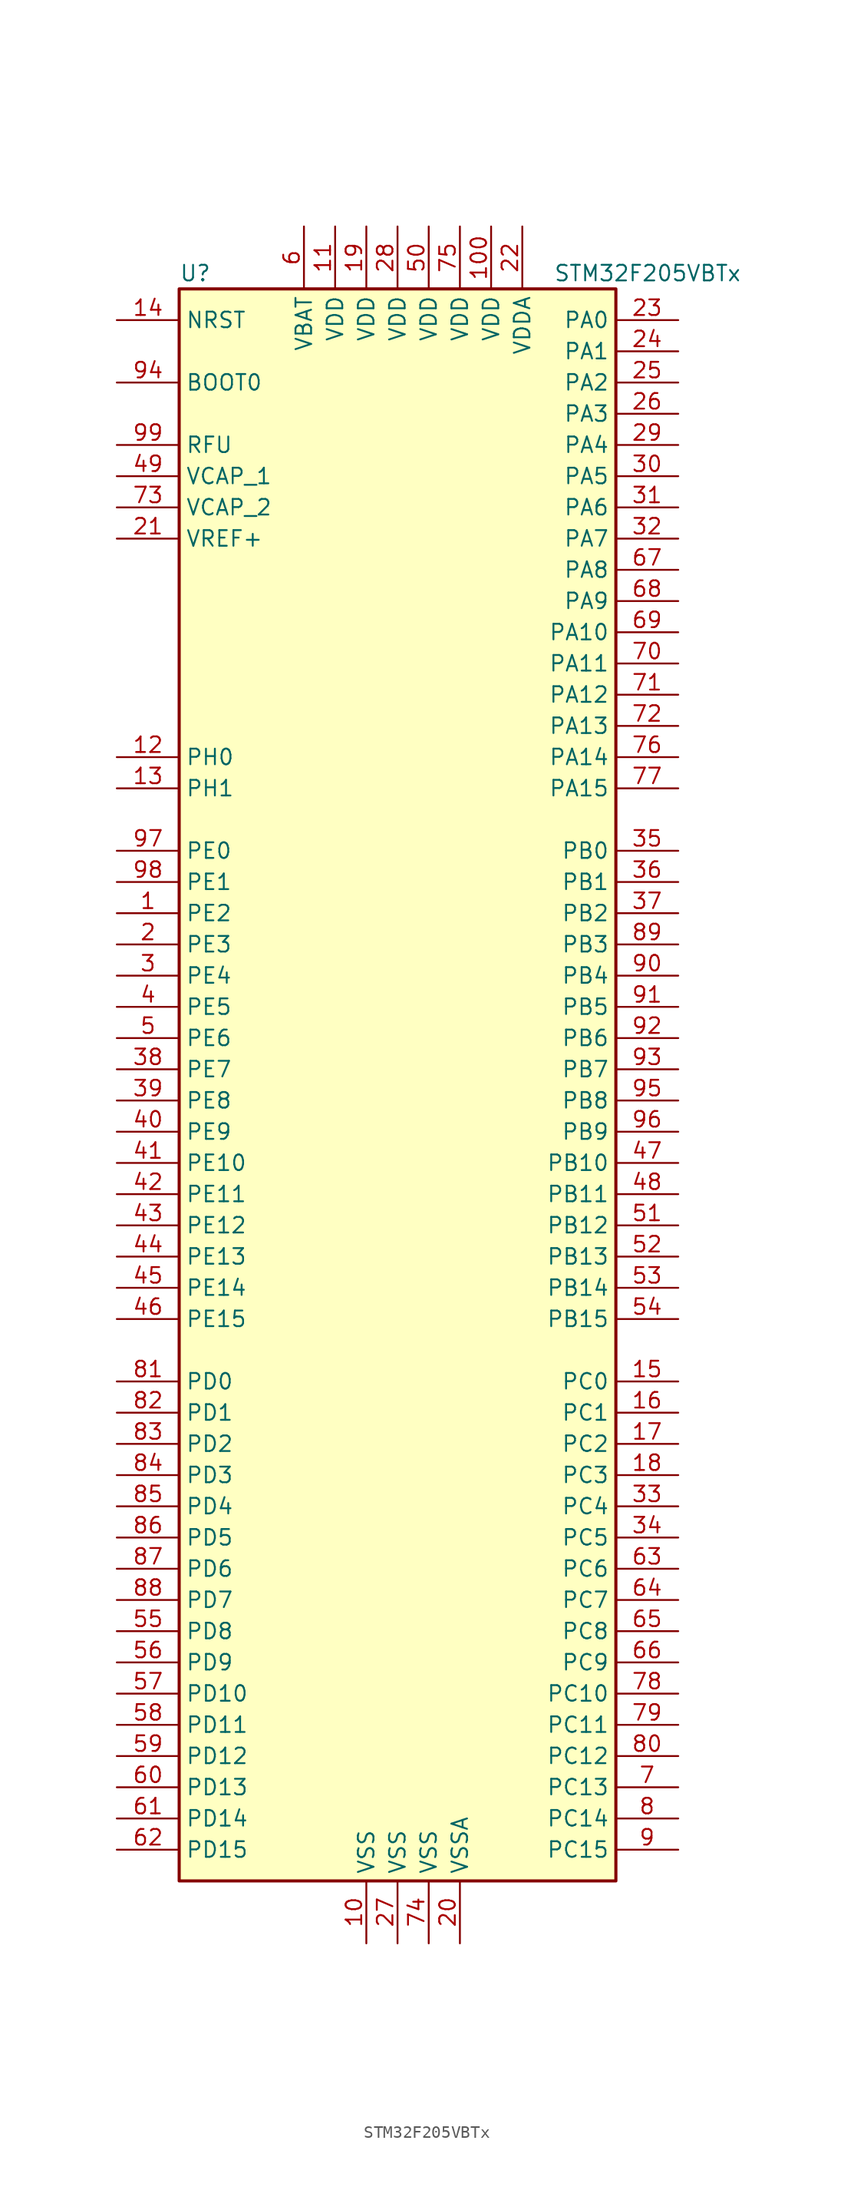
<source format=kicad_sym>
(kicad_symbol_lib
  (version 20201005)
  (generator kicad_symbol_editor)
  (symbol "MCU_ST_STM32F2:STM32F205VBTx"
    (property "Reference" "U"
      (at -17.78 64.77 0)
      (effects (font (size 1.27 1.27)) (justify left)))
    (property "Value" "STM32F205VBTx"
      (at 12.7 64.77 0)
      (effects (font (size 1.27 1.27)) (justify left)))
    (symbol "STM32F205VBTx_0_1"
      (rectangle (start -17.78 -66.04) (end 17.78 63.5) (stroke (width 0.254)) (fill (type background))))
    (symbol "STM32F205VBTx_1_1"
      (pin input line (at -22.86 55.88 0) (length 5.08) (name "BOOT0" (effects (font (size 1.27 1.27)))) (number "94" (effects (font (size 1.27 1.27)))))
      (pin input line (at -22.86 60.96 0) (length 5.08) (name "NRST" (effects (font (size 1.27 1.27)))) (number "14" (effects (font (size 1.27 1.27)))))
      (pin bidirectional line (at 22.86 60.96 180) (length 5.08) (name "PA0" (effects (font (size 1.27 1.27)))) (number "23" (effects (font (size 1.27 1.27)))))
      (pin bidirectional line (at 22.86 58.42 180) (length 5.08) (name "PA1" (effects (font (size 1.27 1.27)))) (number "24" (effects (font (size 1.27 1.27)))))
      (pin bidirectional line (at 22.86 35.56 180) (length 5.08) (name "PA10" (effects (font (size 1.27 1.27)))) (number "69" (effects (font (size 1.27 1.27)))))
      (pin bidirectional line (at 22.86 33.02 180) (length 5.08) (name "PA11" (effects (font (size 1.27 1.27)))) (number "70" (effects (font (size 1.27 1.27)))))
      (pin bidirectional line (at 22.86 30.48 180) (length 5.08) (name "PA12" (effects (font (size 1.27 1.27)))) (number "71" (effects (font (size 1.27 1.27)))))
      (pin bidirectional line (at 22.86 27.94 180) (length 5.08) (name "PA13" (effects (font (size 1.27 1.27)))) (number "72" (effects (font (size 1.27 1.27)))))
      (pin bidirectional line (at 22.86 25.4 180) (length 5.08) (name "PA14" (effects (font (size 1.27 1.27)))) (number "76" (effects (font (size 1.27 1.27)))))
      (pin bidirectional line (at 22.86 22.86 180) (length 5.08) (name "PA15" (effects (font (size 1.27 1.27)))) (number "77" (effects (font (size 1.27 1.27)))))
      (pin bidirectional line (at 22.86 55.88 180) (length 5.08) (name "PA2" (effects (font (size 1.27 1.27)))) (number "25" (effects (font (size 1.27 1.27)))))
      (pin bidirectional line (at 22.86 53.34 180) (length 5.08) (name "PA3" (effects (font (size 1.27 1.27)))) (number "26" (effects (font (size 1.27 1.27)))))
      (pin bidirectional line (at 22.86 50.8 180) (length 5.08) (name "PA4" (effects (font (size 1.27 1.27)))) (number "29" (effects (font (size 1.27 1.27)))))
      (pin bidirectional line (at 22.86 48.26 180) (length 5.08) (name "PA5" (effects (font (size 1.27 1.27)))) (number "30" (effects (font (size 1.27 1.27)))))
      (pin bidirectional line (at 22.86 45.72 180) (length 5.08) (name "PA6" (effects (font (size 1.27 1.27)))) (number "31" (effects (font (size 1.27 1.27)))))
      (pin bidirectional line (at 22.86 43.18 180) (length 5.08) (name "PA7" (effects (font (size 1.27 1.27)))) (number "32" (effects (font (size 1.27 1.27)))))
      (pin bidirectional line (at 22.86 40.64 180) (length 5.08) (name "PA8" (effects (font (size 1.27 1.27)))) (number "67" (effects (font (size 1.27 1.27)))))
      (pin bidirectional line (at 22.86 38.1 180) (length 5.08) (name "PA9" (effects (font (size 1.27 1.27)))) (number "68" (effects (font (size 1.27 1.27)))))
      (pin bidirectional line (at 22.86 17.78 180) (length 5.08) (name "PB0" (effects (font (size 1.27 1.27)))) (number "35" (effects (font (size 1.27 1.27)))))
      (pin bidirectional line (at 22.86 15.24 180) (length 5.08) (name "PB1" (effects (font (size 1.27 1.27)))) (number "36" (effects (font (size 1.27 1.27)))))
      (pin bidirectional line (at 22.86 -7.62 180) (length 5.08) (name "PB10" (effects (font (size 1.27 1.27)))) (number "47" (effects (font (size 1.27 1.27)))))
      (pin bidirectional line (at 22.86 -10.16 180) (length 5.08) (name "PB11" (effects (font (size 1.27 1.27)))) (number "48" (effects (font (size 1.27 1.27)))))
      (pin bidirectional line (at 22.86 -12.7 180) (length 5.08) (name "PB12" (effects (font (size 1.27 1.27)))) (number "51" (effects (font (size 1.27 1.27)))))
      (pin bidirectional line (at 22.86 -15.24 180) (length 5.08) (name "PB13" (effects (font (size 1.27 1.27)))) (number "52" (effects (font (size 1.27 1.27)))))
      (pin bidirectional line (at 22.86 -17.78 180) (length 5.08) (name "PB14" (effects (font (size 1.27 1.27)))) (number "53" (effects (font (size 1.27 1.27)))))
      (pin bidirectional line (at 22.86 -20.32 180) (length 5.08) (name "PB15" (effects (font (size 1.27 1.27)))) (number "54" (effects (font (size 1.27 1.27)))))
      (pin bidirectional line (at 22.86 12.7 180) (length 5.08) (name "PB2" (effects (font (size 1.27 1.27)))) (number "37" (effects (font (size 1.27 1.27)))))
      (pin bidirectional line (at 22.86 10.16 180) (length 5.08) (name "PB3" (effects (font (size 1.27 1.27)))) (number "89" (effects (font (size 1.27 1.27)))))
      (pin bidirectional line (at 22.86 7.62 180) (length 5.08) (name "PB4" (effects (font (size 1.27 1.27)))) (number "90" (effects (font (size 1.27 1.27)))))
      (pin bidirectional line (at 22.86 5.08 180) (length 5.08) (name "PB5" (effects (font (size 1.27 1.27)))) (number "91" (effects (font (size 1.27 1.27)))))
      (pin bidirectional line (at 22.86 2.54 180) (length 5.08) (name "PB6" (effects (font (size 1.27 1.27)))) (number "92" (effects (font (size 1.27 1.27)))))
      (pin bidirectional line (at 22.86 0 180) (length 5.08) (name "PB7" (effects (font (size 1.27 1.27)))) (number "93" (effects (font (size 1.27 1.27)))))
      (pin bidirectional line (at 22.86 -2.54 180) (length 5.08) (name "PB8" (effects (font (size 1.27 1.27)))) (number "95" (effects (font (size 1.27 1.27)))))
      (pin bidirectional line (at 22.86 -5.08 180) (length 5.08) (name "PB9" (effects (font (size 1.27 1.27)))) (number "96" (effects (font (size 1.27 1.27)))))
      (pin bidirectional line (at 22.86 -25.4 180) (length 5.08) (name "PC0" (effects (font (size 1.27 1.27)))) (number "15" (effects (font (size 1.27 1.27)))))
      (pin bidirectional line (at 22.86 -27.94 180) (length 5.08) (name "PC1" (effects (font (size 1.27 1.27)))) (number "16" (effects (font (size 1.27 1.27)))))
      (pin bidirectional line (at 22.86 -50.8 180) (length 5.08) (name "PC10" (effects (font (size 1.27 1.27)))) (number "78" (effects (font (size 1.27 1.27)))))
      (pin bidirectional line (at 22.86 -53.34 180) (length 5.08) (name "PC11" (effects (font (size 1.27 1.27)))) (number "79" (effects (font (size 1.27 1.27)))))
      (pin bidirectional line (at 22.86 -55.88 180) (length 5.08) (name "PC12" (effects (font (size 1.27 1.27)))) (number "80" (effects (font (size 1.27 1.27)))))
      (pin bidirectional line (at 22.86 -58.42 180) (length 5.08) (name "PC13" (effects (font (size 1.27 1.27)))) (number "7" (effects (font (size 1.27 1.27)))))
      (pin bidirectional line (at 22.86 -60.96 180) (length 5.08) (name "PC14" (effects (font (size 1.27 1.27)))) (number "8" (effects (font (size 1.27 1.27)))))
      (pin bidirectional line (at 22.86 -63.5 180) (length 5.08) (name "PC15" (effects (font (size 1.27 1.27)))) (number "9" (effects (font (size 1.27 1.27)))))
      (pin bidirectional line (at 22.86 -30.48 180) (length 5.08) (name "PC2" (effects (font (size 1.27 1.27)))) (number "17" (effects (font (size 1.27 1.27)))))
      (pin bidirectional line (at 22.86 -33.02 180) (length 5.08) (name "PC3" (effects (font (size 1.27 1.27)))) (number "18" (effects (font (size 1.27 1.27)))))
      (pin bidirectional line (at 22.86 -35.56 180) (length 5.08) (name "PC4" (effects (font (size 1.27 1.27)))) (number "33" (effects (font (size 1.27 1.27)))))
      (pin bidirectional line (at 22.86 -38.1 180) (length 5.08) (name "PC5" (effects (font (size 1.27 1.27)))) (number "34" (effects (font (size 1.27 1.27)))))
      (pin bidirectional line (at 22.86 -40.64 180) (length 5.08) (name "PC6" (effects (font (size 1.27 1.27)))) (number "63" (effects (font (size 1.27 1.27)))))
      (pin bidirectional line (at 22.86 -43.18 180) (length 5.08) (name "PC7" (effects (font (size 1.27 1.27)))) (number "64" (effects (font (size 1.27 1.27)))))
      (pin bidirectional line (at 22.86 -45.72 180) (length 5.08) (name "PC8" (effects (font (size 1.27 1.27)))) (number "65" (effects (font (size 1.27 1.27)))))
      (pin bidirectional line (at 22.86 -48.26 180) (length 5.08) (name "PC9" (effects (font (size 1.27 1.27)))) (number "66" (effects (font (size 1.27 1.27)))))
      (pin bidirectional line (at -22.86 -25.4 0) (length 5.08) (name "PD0" (effects (font (size 1.27 1.27)))) (number "81" (effects (font (size 1.27 1.27)))))
      (pin bidirectional line (at -22.86 -27.94 0) (length 5.08) (name "PD1" (effects (font (size 1.27 1.27)))) (number "82" (effects (font (size 1.27 1.27)))))
      (pin bidirectional line (at -22.86 -50.8 0) (length 5.08) (name "PD10" (effects (font (size 1.27 1.27)))) (number "57" (effects (font (size 1.27 1.27)))))
      (pin bidirectional line (at -22.86 -53.34 0) (length 5.08) (name "PD11" (effects (font (size 1.27 1.27)))) (number "58" (effects (font (size 1.27 1.27)))))
      (pin bidirectional line (at -22.86 -55.88 0) (length 5.08) (name "PD12" (effects (font (size 1.27 1.27)))) (number "59" (effects (font (size 1.27 1.27)))))
      (pin bidirectional line (at -22.86 -58.42 0) (length 5.08) (name "PD13" (effects (font (size 1.27 1.27)))) (number "60" (effects (font (size 1.27 1.27)))))
      (pin bidirectional line (at -22.86 -60.96 0) (length 5.08) (name "PD14" (effects (font (size 1.27 1.27)))) (number "61" (effects (font (size 1.27 1.27)))))
      (pin bidirectional line (at -22.86 -63.5 0) (length 5.08) (name "PD15" (effects (font (size 1.27 1.27)))) (number "62" (effects (font (size 1.27 1.27)))))
      (pin bidirectional line (at -22.86 -30.48 0) (length 5.08) (name "PD2" (effects (font (size 1.27 1.27)))) (number "83" (effects (font (size 1.27 1.27)))))
      (pin bidirectional line (at -22.86 -33.02 0) (length 5.08) (name "PD3" (effects (font (size 1.27 1.27)))) (number "84" (effects (font (size 1.27 1.27)))))
      (pin bidirectional line (at -22.86 -35.56 0) (length 5.08) (name "PD4" (effects (font (size 1.27 1.27)))) (number "85" (effects (font (size 1.27 1.27)))))
      (pin bidirectional line (at -22.86 -38.1 0) (length 5.08) (name "PD5" (effects (font (size 1.27 1.27)))) (number "86" (effects (font (size 1.27 1.27)))))
      (pin bidirectional line (at -22.86 -40.64 0) (length 5.08) (name "PD6" (effects (font (size 1.27 1.27)))) (number "87" (effects (font (size 1.27 1.27)))))
      (pin bidirectional line (at -22.86 -43.18 0) (length 5.08) (name "PD7" (effects (font (size 1.27 1.27)))) (number "88" (effects (font (size 1.27 1.27)))))
      (pin bidirectional line (at -22.86 -45.72 0) (length 5.08) (name "PD8" (effects (font (size 1.27 1.27)))) (number "55" (effects (font (size 1.27 1.27)))))
      (pin bidirectional line (at -22.86 -48.26 0) (length 5.08) (name "PD9" (effects (font (size 1.27 1.27)))) (number "56" (effects (font (size 1.27 1.27)))))
      (pin bidirectional line (at -22.86 17.78 0) (length 5.08) (name "PE0" (effects (font (size 1.27 1.27)))) (number "97" (effects (font (size 1.27 1.27)))))
      (pin bidirectional line (at -22.86 15.24 0) (length 5.08) (name "PE1" (effects (font (size 1.27 1.27)))) (number "98" (effects (font (size 1.27 1.27)))))
      (pin bidirectional line (at -22.86 -7.62 0) (length 5.08) (name "PE10" (effects (font (size 1.27 1.27)))) (number "41" (effects (font (size 1.27 1.27)))))
      (pin bidirectional line (at -22.86 -10.16 0) (length 5.08) (name "PE11" (effects (font (size 1.27 1.27)))) (number "42" (effects (font (size 1.27 1.27)))))
      (pin bidirectional line (at -22.86 -12.7 0) (length 5.08) (name "PE12" (effects (font (size 1.27 1.27)))) (number "43" (effects (font (size 1.27 1.27)))))
      (pin bidirectional line (at -22.86 -15.24 0) (length 5.08) (name "PE13" (effects (font (size 1.27 1.27)))) (number "44" (effects (font (size 1.27 1.27)))))
      (pin bidirectional line (at -22.86 -17.78 0) (length 5.08) (name "PE14" (effects (font (size 1.27 1.27)))) (number "45" (effects (font (size 1.27 1.27)))))
      (pin bidirectional line (at -22.86 -20.32 0) (length 5.08) (name "PE15" (effects (font (size 1.27 1.27)))) (number "46" (effects (font (size 1.27 1.27)))))
      (pin bidirectional line (at -22.86 12.7 0) (length 5.08) (name "PE2" (effects (font (size 1.27 1.27)))) (number "1" (effects (font (size 1.27 1.27)))))
      (pin bidirectional line (at -22.86 10.16 0) (length 5.08) (name "PE3" (effects (font (size 1.27 1.27)))) (number "2" (effects (font (size 1.27 1.27)))))
      (pin bidirectional line (at -22.86 7.62 0) (length 5.08) (name "PE4" (effects (font (size 1.27 1.27)))) (number "3" (effects (font (size 1.27 1.27)))))
      (pin bidirectional line (at -22.86 5.08 0) (length 5.08) (name "PE5" (effects (font (size 1.27 1.27)))) (number "4" (effects (font (size 1.27 1.27)))))
      (pin bidirectional line (at -22.86 2.54 0) (length 5.08) (name "PE6" (effects (font (size 1.27 1.27)))) (number "5" (effects (font (size 1.27 1.27)))))
      (pin bidirectional line (at -22.86 0 0) (length 5.08) (name "PE7" (effects (font (size 1.27 1.27)))) (number "38" (effects (font (size 1.27 1.27)))))
      (pin bidirectional line (at -22.86 -2.54 0) (length 5.08) (name "PE8" (effects (font (size 1.27 1.27)))) (number "39" (effects (font (size 1.27 1.27)))))
      (pin bidirectional line (at -22.86 -5.08 0) (length 5.08) (name "PE9" (effects (font (size 1.27 1.27)))) (number "40" (effects (font (size 1.27 1.27)))))
      (pin input line (at -22.86 25.4 0) (length 5.08) (name "PH0" (effects (font (size 1.27 1.27)))) (number "12" (effects (font (size 1.27 1.27)))))
      (pin input line (at -22.86 22.86 0) (length 5.08) (name "PH1" (effects (font (size 1.27 1.27)))) (number "13" (effects (font (size 1.27 1.27)))))
      (pin power_in line (at -22.86 50.8 0) (length 5.08) (name "RFU" (effects (font (size 1.27 1.27)))) (number "99" (effects (font (size 1.27 1.27)))))
      (pin power_in line (at -7.62 68.58 270) (length 5.08) (name "VBAT" (effects (font (size 1.27 1.27)))) (number "6" (effects (font (size 1.27 1.27)))))
      (pin power_in line (at -22.86 48.26 0) (length 5.08) (name "VCAP_1" (effects (font (size 1.27 1.27)))) (number "49" (effects (font (size 1.27 1.27)))))
      (pin power_in line (at -22.86 45.72 0) (length 5.08) (name "VCAP_2" (effects (font (size 1.27 1.27)))) (number "73" (effects (font (size 1.27 1.27)))))
      (pin power_in line (at 7.62 68.58 270) (length 5.08) (name "VDD" (effects (font (size 1.27 1.27)))) (number "100" (effects (font (size 1.27 1.27)))))
      (pin power_in line (at -5.08 68.58 270) (length 5.08) (name "VDD" (effects (font (size 1.27 1.27)))) (number "11" (effects (font (size 1.27 1.27)))))
      (pin power_in line (at -2.54 68.58 270) (length 5.08) (name "VDD" (effects (font (size 1.27 1.27)))) (number "19" (effects (font (size 1.27 1.27)))))
      (pin power_in line (at 0 68.58 270) (length 5.08) (name "VDD" (effects (font (size 1.27 1.27)))) (number "28" (effects (font (size 1.27 1.27)))))
      (pin power_in line (at 2.54 68.58 270) (length 5.08) (name "VDD" (effects (font (size 1.27 1.27)))) (number "50" (effects (font (size 1.27 1.27)))))
      (pin power_in line (at 5.08 68.58 270) (length 5.08) (name "VDD" (effects (font (size 1.27 1.27)))) (number "75" (effects (font (size 1.27 1.27)))))
      (pin power_in line (at 10.16 68.58 270) (length 5.08) (name "VDDA" (effects (font (size 1.27 1.27)))) (number "22" (effects (font (size 1.27 1.27)))))
      (pin power_in line (at -22.86 43.18 0) (length 5.08) (name "VREF+" (effects (font (size 1.27 1.27)))) (number "21" (effects (font (size 1.27 1.27)))))
      (pin power_in line (at -2.54 -71.12 90) (length 5.08) (name "VSS" (effects (font (size 1.27 1.27)))) (number "10" (effects (font (size 1.27 1.27)))))
      (pin power_in line (at 0 -71.12 90) (length 5.08) (name "VSS" (effects (font (size 1.27 1.27)))) (number "27" (effects (font (size 1.27 1.27)))))
      (pin power_in line (at 2.54 -71.12 90) (length 5.08) (name "VSS" (effects (font (size 1.27 1.27)))) (number "74" (effects (font (size 1.27 1.27)))))
      (pin power_in line (at 5.08 -71.12 90) (length 5.08) (name "VSSA" (effects (font (size 1.27 1.27)))) (number "20" (effects (font (size 1.27 1.27))))))))
</source>
